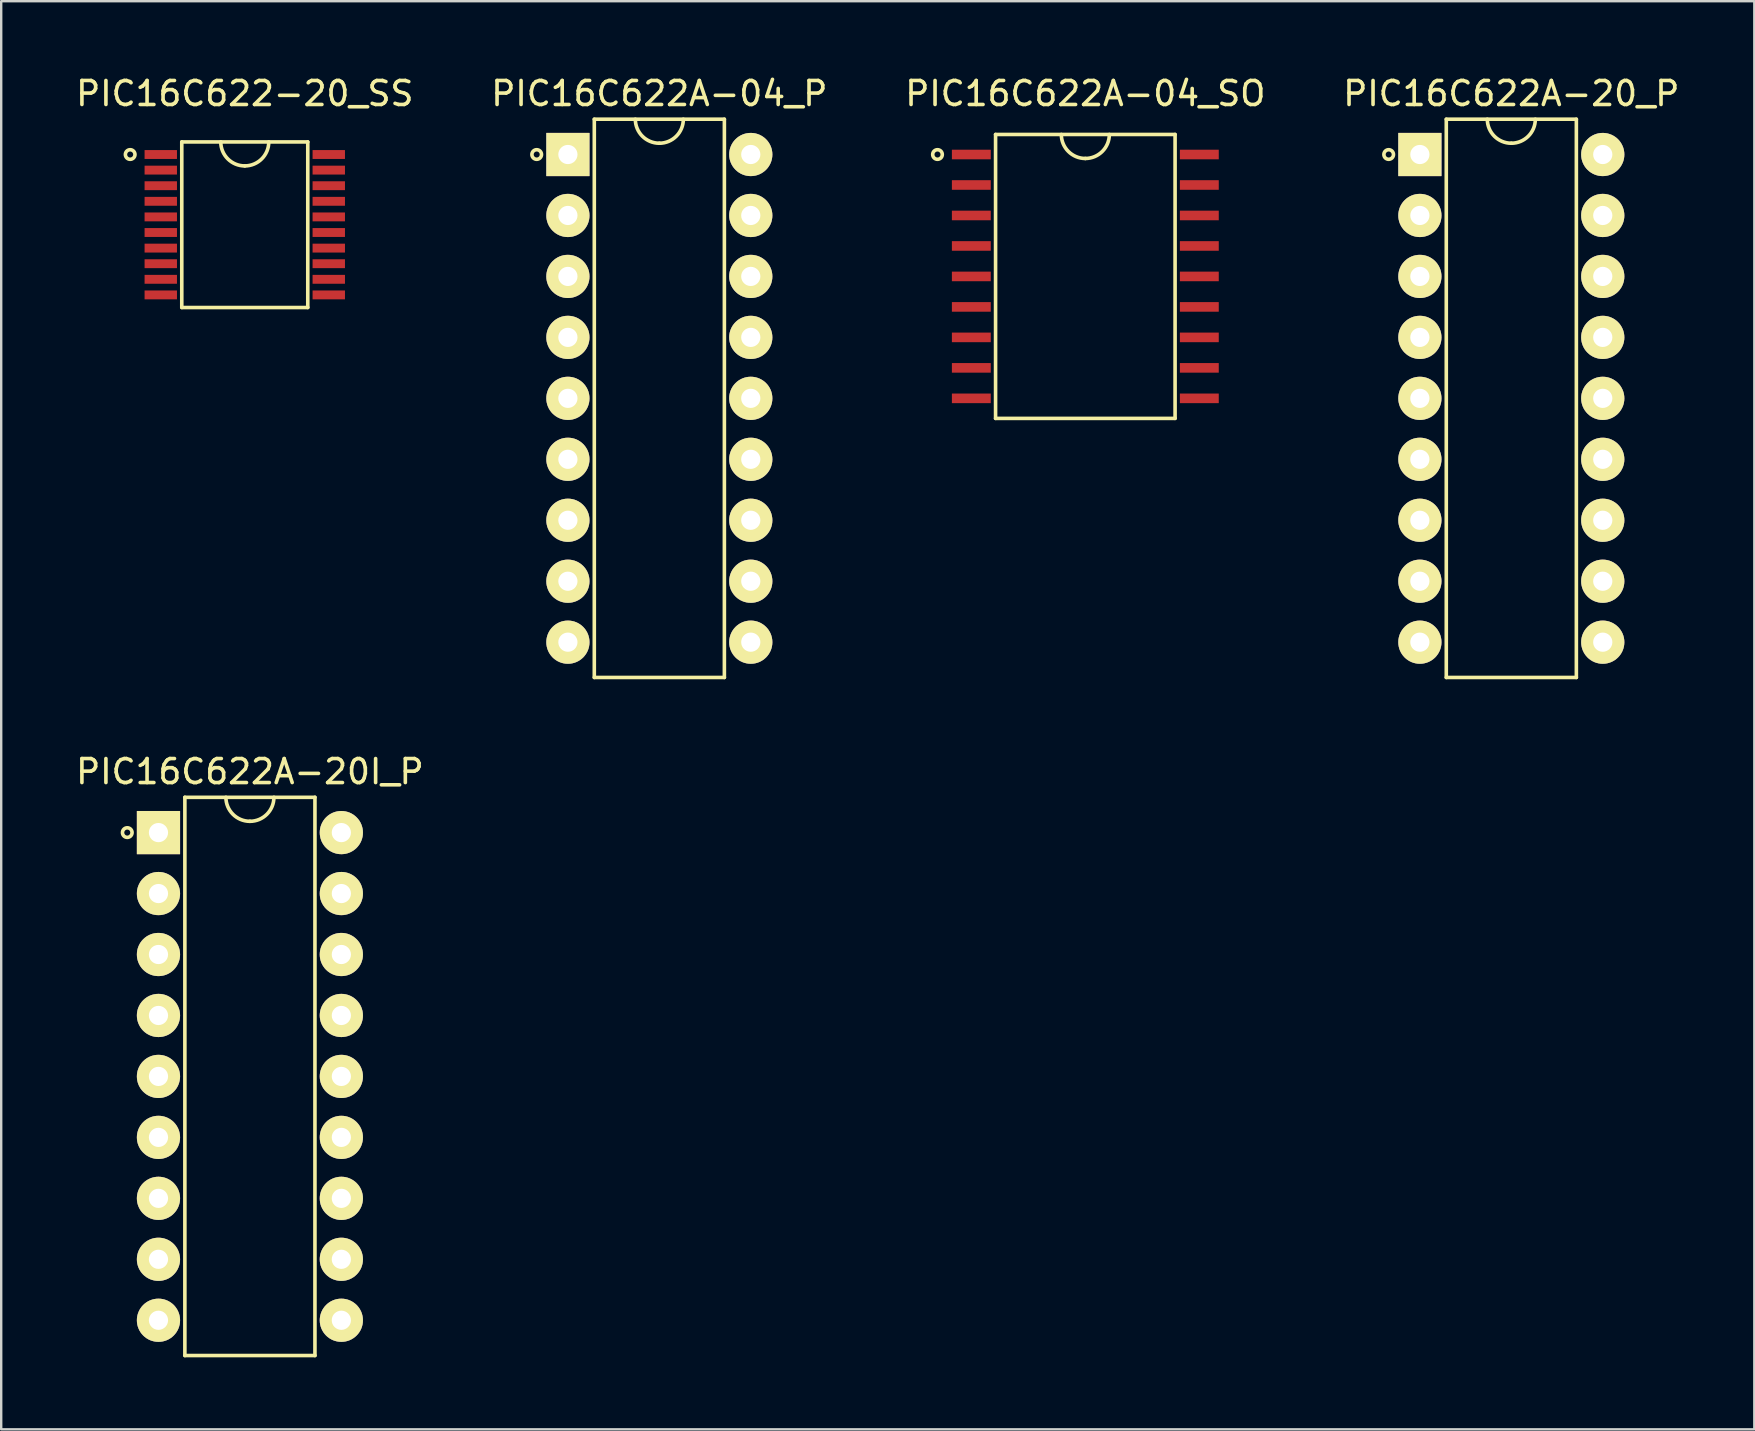
<source format=kicad_pcb>
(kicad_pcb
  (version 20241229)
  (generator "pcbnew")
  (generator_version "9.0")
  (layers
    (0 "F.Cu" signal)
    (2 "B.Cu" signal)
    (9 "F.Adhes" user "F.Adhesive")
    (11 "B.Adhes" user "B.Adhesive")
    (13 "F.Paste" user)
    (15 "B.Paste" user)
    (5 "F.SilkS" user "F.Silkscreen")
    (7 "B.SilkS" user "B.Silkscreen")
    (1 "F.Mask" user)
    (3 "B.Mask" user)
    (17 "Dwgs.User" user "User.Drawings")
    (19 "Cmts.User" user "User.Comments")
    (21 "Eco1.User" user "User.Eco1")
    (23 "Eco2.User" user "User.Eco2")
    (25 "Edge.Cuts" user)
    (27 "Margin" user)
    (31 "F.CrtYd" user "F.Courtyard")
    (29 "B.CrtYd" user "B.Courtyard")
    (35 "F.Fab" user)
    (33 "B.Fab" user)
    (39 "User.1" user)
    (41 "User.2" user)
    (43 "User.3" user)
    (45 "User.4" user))
  (footprint "PIC16C622A-04_SO"
    (layer "F.Cu")
    (at 37.423 3.388)
    (property "Reference" "PIC16C622A-04_SO" (at 4.75 -2.54 0) (layer "F.SilkS") (effects (font (size 1 1) (thickness 0.15))))
    (attr through_hole)
    (fp_line (start 1.01 -0.835) (end 8.49 -0.835) (stroke (width 0.15) (type solid)) (layer "F.SilkS"))
    (fp_line (start 1.01 10.995) (end 1.01 -0.835) (stroke (width 0.15) (type solid)) (layer "F.SilkS"))
    (fp_line (start 8.49 -0.835) (end 8.49 10.995) (stroke (width 0.15) (type solid)) (layer "F.SilkS"))
    (fp_line (start 8.49 10.995) (end 1.01 10.995) (stroke (width 0.15) (type solid)) (layer "F.SilkS"))
    (fp_arc (start 4.75 0.165) (mid 4.042893 -0.127893) (end 3.75 -0.835) (stroke (width 0.15) (type solid)) (layer "F.SilkS"))
    (fp_arc (start 5.75 -0.835) (mid 5.457107 -0.127893) (end 4.75 0.165) (stroke (width 0.15) (type solid)) (layer "F.SilkS"))
    (fp_circle (center -1.41 0) (end -1.41 0.2) (stroke (width 0.15) (type solid)) (fill no) (layer "F.SilkS"))
    (pad "1" smd rect (at 0 0) (size 1.62 0.4) (layers "F.Cu" "F.Mask" "F.Paste"))
    (pad "2" smd rect (at 0 1.27) (size 1.62 0.4) (layers "F.Cu" "F.Mask" "F.Paste"))
    (pad "3" smd rect (at 0 2.54) (size 1.62 0.4) (layers "F.Cu" "F.Mask" "F.Paste"))
    (pad "4" smd rect (at 0 3.81) (size 1.62 0.4) (layers "F.Cu" "F.Mask" "F.Paste"))
    (pad "5" smd rect (at 0 5.08) (size 1.62 0.4) (layers "F.Cu" "F.Mask" "F.Paste"))
    (pad "6" smd rect (at 0 6.35) (size 1.62 0.4) (layers "F.Cu" "F.Mask" "F.Paste"))
    (pad "7" smd rect (at 0 7.62) (size 1.62 0.4) (layers "F.Cu" "F.Mask" "F.Paste"))
    (pad "8" smd rect (at 0 8.89) (size 1.62 0.4) (layers "F.Cu" "F.Mask" "F.Paste"))
    (pad "9" smd rect (at 0 10.16) (size 1.62 0.4) (layers "F.Cu" "F.Mask" "F.Paste"))
    (pad "10" smd rect (at 9.5 10.16) (size 1.62 0.4) (layers "F.Cu" "F.Mask" "F.Paste"))
    (pad "11" smd rect (at 9.5 8.89) (size 1.62 0.4) (layers "F.Cu" "F.Mask" "F.Paste"))
    (pad "12" smd rect (at 9.5 7.62) (size 1.62 0.4) (layers "F.Cu" "F.Mask" "F.Paste"))
    (pad "13" smd rect (at 9.5 6.35) (size 1.62 0.4) (layers "F.Cu" "F.Mask" "F.Paste"))
    (pad "14" smd rect (at 9.5 5.08) (size 1.62 0.4) (layers "F.Cu" "F.Mask" "F.Paste"))
    (pad "15" smd rect (at 9.5 3.81) (size 1.62 0.4) (layers "F.Cu" "F.Mask" "F.Paste"))
    (pad "16" smd rect (at 9.5 2.54) (size 1.62 0.4) (layers "F.Cu" "F.Mask" "F.Paste"))
    (pad "17" smd rect (at 9.5 1.27) (size 1.62 0.4) (layers "F.Cu" "F.Mask" "F.Paste"))
    (pad "18" smd rect (at 9.5 0) (size 1.62 0.4) (layers "F.Cu" "F.Mask" "F.Paste")))
  (footprint "PIC16C622-20_SS"
    (layer "F.Cu")
    (at 3.649 3.388)
    (property "Reference" "PIC16C622-20_SS" (at 3.5 -2.54 0) (layer "F.SilkS") (effects (font (size 1 1) (thickness 0.15))))
    (attr through_hole)
    (fp_line (start 0.875 -0.525) (end 6.125 -0.525) (stroke (width 0.15) (type solid)) (layer "F.SilkS"))
    (fp_line (start 0.875 6.375) (end 0.875 -0.525) (stroke (width 0.15) (type solid)) (layer "F.SilkS"))
    (fp_line (start 6.125 -0.525) (end 6.125 6.375) (stroke (width 0.15) (type solid)) (layer "F.SilkS"))
    (fp_line (start 6.125 6.375) (end 0.875 6.375) (stroke (width 0.15) (type solid)) (layer "F.SilkS"))
    (fp_arc (start 3.5 0.475) (mid 2.792893 0.182107) (end 2.5 -0.525) (stroke (width 0.15) (type solid)) (layer "F.SilkS"))
    (fp_arc (start 4.5 -0.525) (mid 4.207107 0.182107) (end 3.5 0.475) (stroke (width 0.15) (type solid)) (layer "F.SilkS"))
    (fp_circle (center -1.275 0) (end -1.275 0.2) (stroke (width 0.15) (type solid)) (fill no) (layer "F.SilkS"))
    (pad "1" smd rect (at 0 0) (size 1.35 0.37) (layers "F.Cu" "F.Mask" "F.Paste"))
    (pad "2" smd rect (at 0 0.65) (size 1.35 0.37) (layers "F.Cu" "F.Mask" "F.Paste"))
    (pad "3" smd rect (at 0 1.3) (size 1.35 0.37) (layers "F.Cu" "F.Mask" "F.Paste"))
    (pad "4" smd rect (at 0 1.95) (size 1.35 0.37) (layers "F.Cu" "F.Mask" "F.Paste"))
    (pad "5" smd rect (at 0 2.6) (size 1.35 0.37) (layers "F.Cu" "F.Mask" "F.Paste"))
    (pad "6" smd rect (at 0 3.25) (size 1.35 0.37) (layers "F.Cu" "F.Mask" "F.Paste"))
    (pad "7" smd rect (at 0 3.9) (size 1.35 0.37) (layers "F.Cu" "F.Mask" "F.Paste"))
    (pad "8" smd rect (at 0 4.55) (size 1.35 0.37) (layers "F.Cu" "F.Mask" "F.Paste"))
    (pad "9" smd rect (at 0 5.2) (size 1.35 0.37) (layers "F.Cu" "F.Mask" "F.Paste"))
    (pad "10" smd rect (at 0 5.85) (size 1.35 0.37) (layers "F.Cu" "F.Mask" "F.Paste"))
    (pad "11" smd rect (at 7 5.85) (size 1.35 0.37) (layers "F.Cu" "F.Mask" "F.Paste"))
    (pad "12" smd rect (at 7 5.2) (size 1.35 0.37) (layers "F.Cu" "F.Mask" "F.Paste"))
    (pad "13" smd rect (at 7 4.55) (size 1.35 0.37) (layers "F.Cu" "F.Mask" "F.Paste"))
    (pad "14" smd rect (at 7 3.9) (size 1.35 0.37) (layers "F.Cu" "F.Mask" "F.Paste"))
    (pad "15" smd rect (at 7 3.25) (size 1.35 0.37) (layers "F.Cu" "F.Mask" "F.Paste"))
    (pad "16" smd rect (at 7 2.6) (size 1.35 0.37) (layers "F.Cu" "F.Mask" "F.Paste"))
    (pad "17" smd rect (at 7 1.95) (size 1.35 0.37) (layers "F.Cu" "F.Mask" "F.Paste"))
    (pad "18" smd rect (at 7 1.3) (size 1.35 0.37) (layers "F.Cu" "F.Mask" "F.Paste"))
    (pad "19" smd rect (at 7 0.65) (size 1.35 0.37) (layers "F.Cu" "F.Mask" "F.Paste"))
    (pad "20" smd rect (at 7 0) (size 1.35 0.37) (layers "F.Cu" "F.Mask" "F.Paste")))
  (footprint "PIC16C622A-20_P"
    (layer "F.Cu")
    (at 56.113 3.388)
    (property "Reference" "PIC16C622A-20_P" (at 3.81 -2.54 0) (layer "F.SilkS") (effects (font (size 1 1) (thickness 0.15))))
    (attr through_hole)
    (fp_line (start 1.1 -1.47) (end 6.52 -1.47) (stroke (width 0.15) (type solid)) (layer "F.SilkS"))
    (fp_line (start 1.1 21.79) (end 1.1 -1.47) (stroke (width 0.15) (type solid)) (layer "F.SilkS"))
    (fp_line (start 6.52 -1.47) (end 6.52 21.79) (stroke (width 0.15) (type solid)) (layer "F.SilkS"))
    (fp_line (start 6.52 21.79) (end 1.1 21.79) (stroke (width 0.15) (type solid)) (layer "F.SilkS"))
    (fp_arc (start 3.81 -0.47) (mid 3.102893 -0.762893) (end 2.81 -1.47) (stroke (width 0.15) (type solid)) (layer "F.SilkS"))
    (fp_arc (start 4.81 -1.47) (mid 4.517107 -0.762893) (end 3.81 -0.47) (stroke (width 0.15) (type solid)) (layer "F.SilkS"))
    (fp_circle (center -1.3 0) (end -1.3 0.2) (stroke (width 0.15) (type solid)) (fill no) (layer "F.SilkS"))
    (pad "1" thru_hole rect (at 0 0) (size 1.8 1.8) (drill 0.8) (layers "*.Cu" "*.Mask" "F.SilkS"))
    (pad "2" thru_hole circle (at 0 2.54) (size 1.8 1.8) (drill 0.8) (layers "*.Cu" "*.Mask" "F.SilkS"))
    (pad "3" thru_hole circle (at 0 5.08) (size 1.8 1.8) (drill 0.8) (layers "*.Cu" "*.Mask" "F.SilkS"))
    (pad "4" thru_hole circle (at 0 7.62) (size 1.8 1.8) (drill 0.8) (layers "*.Cu" "*.Mask" "F.SilkS"))
    (pad "5" thru_hole circle (at 0 10.16) (size 1.8 1.8) (drill 0.8) (layers "*.Cu" "*.Mask" "F.SilkS"))
    (pad "6" thru_hole circle (at 0 12.7) (size 1.8 1.8) (drill 0.8) (layers "*.Cu" "*.Mask" "F.SilkS"))
    (pad "7" thru_hole circle (at 0 15.24) (size 1.8 1.8) (drill 0.8) (layers "*.Cu" "*.Mask" "F.SilkS"))
    (pad "8" thru_hole circle (at 0 17.78) (size 1.8 1.8) (drill 0.8) (layers "*.Cu" "*.Mask" "F.SilkS"))
    (pad "9" thru_hole circle (at 0 20.32) (size 1.8 1.8) (drill 0.8) (layers "*.Cu" "*.Mask" "F.SilkS"))
    (pad "10" thru_hole circle (at 7.62 20.32) (size 1.8 1.8) (drill 0.8) (layers "*.Cu" "*.Mask" "F.SilkS"))
    (pad "11" thru_hole circle (at 7.62 17.78) (size 1.8 1.8) (drill 0.8) (layers "*.Cu" "*.Mask" "F.SilkS"))
    (pad "12" thru_hole circle (at 7.62 15.24) (size 1.8 1.8) (drill 0.8) (layers "*.Cu" "*.Mask" "F.SilkS"))
    (pad "13" thru_hole circle (at 7.62 12.7) (size 1.8 1.8) (drill 0.8) (layers "*.Cu" "*.Mask" "F.SilkS"))
    (pad "14" thru_hole circle (at 7.62 10.16) (size 1.8 1.8) (drill 0.8) (layers "*.Cu" "*.Mask" "F.SilkS"))
    (pad "15" thru_hole circle (at 7.62 7.62) (size 1.8 1.8) (drill 0.8) (layers "*.Cu" "*.Mask" "F.SilkS"))
    (pad "16" thru_hole circle (at 7.62 5.08) (size 1.8 1.8) (drill 0.8) (layers "*.Cu" "*.Mask" "F.SilkS"))
    (pad "17" thru_hole circle (at 7.62 2.54) (size 1.8 1.8) (drill 0.8) (layers "*.Cu" "*.Mask" "F.SilkS"))
    (pad "18" thru_hole circle (at 7.62 0) (size 1.8 1.8) (drill 0.8) (layers "*.Cu" "*.Mask" "F.SilkS")))
  (footprint "PIC16C622A-20I_P"
    (layer "F.Cu")
    (at 3.553 31.642)
    (property "Reference" "PIC16C622A-20I_P" (at 3.81 -2.54 0) (layer "F.SilkS") (effects (font (size 1 1) (thickness 0.15))))
    (attr through_hole)
    (fp_line (start 1.1 -1.47) (end 6.52 -1.47) (stroke (width 0.15) (type solid)) (layer "F.SilkS"))
    (fp_line (start 1.1 21.79) (end 1.1 -1.47) (stroke (width 0.15) (type solid)) (layer "F.SilkS"))
    (fp_line (start 6.52 -1.47) (end 6.52 21.79) (stroke (width 0.15) (type solid)) (layer "F.SilkS"))
    (fp_line (start 6.52 21.79) (end 1.1 21.79) (stroke (width 0.15) (type solid)) (layer "F.SilkS"))
    (fp_arc (start 3.81 -0.47) (mid 3.102893 -0.762893) (end 2.81 -1.47) (stroke (width 0.15) (type solid)) (layer "F.SilkS"))
    (fp_arc (start 4.81 -1.47) (mid 4.517107 -0.762893) (end 3.81 -0.47) (stroke (width 0.15) (type solid)) (layer "F.SilkS"))
    (fp_circle (center -1.3 0) (end -1.3 0.2) (stroke (width 0.15) (type solid)) (fill no) (layer "F.SilkS"))
    (pad "1" thru_hole rect (at 0 0) (size 1.8 1.8) (drill 0.8) (layers "*.Cu" "*.Mask" "F.SilkS"))
    (pad "2" thru_hole circle (at 0 2.54) (size 1.8 1.8) (drill 0.8) (layers "*.Cu" "*.Mask" "F.SilkS"))
    (pad "3" thru_hole circle (at 0 5.08) (size 1.8 1.8) (drill 0.8) (layers "*.Cu" "*.Mask" "F.SilkS"))
    (pad "4" thru_hole circle (at 0 7.62) (size 1.8 1.8) (drill 0.8) (layers "*.Cu" "*.Mask" "F.SilkS"))
    (pad "5" thru_hole circle (at 0 10.16) (size 1.8 1.8) (drill 0.8) (layers "*.Cu" "*.Mask" "F.SilkS"))
    (pad "6" thru_hole circle (at 0 12.7) (size 1.8 1.8) (drill 0.8) (layers "*.Cu" "*.Mask" "F.SilkS"))
    (pad "7" thru_hole circle (at 0 15.24) (size 1.8 1.8) (drill 0.8) (layers "*.Cu" "*.Mask" "F.SilkS"))
    (pad "8" thru_hole circle (at 0 17.78) (size 1.8 1.8) (drill 0.8) (layers "*.Cu" "*.Mask" "F.SilkS"))
    (pad "9" thru_hole circle (at 0 20.32) (size 1.8 1.8) (drill 0.8) (layers "*.Cu" "*.Mask" "F.SilkS"))
    (pad "10" thru_hole circle (at 7.62 20.32) (size 1.8 1.8) (drill 0.8) (layers "*.Cu" "*.Mask" "F.SilkS"))
    (pad "11" thru_hole circle (at 7.62 17.78) (size 1.8 1.8) (drill 0.8) (layers "*.Cu" "*.Mask" "F.SilkS"))
    (pad "12" thru_hole circle (at 7.62 15.24) (size 1.8 1.8) (drill 0.8) (layers "*.Cu" "*.Mask" "F.SilkS"))
    (pad "13" thru_hole circle (at 7.62 12.7) (size 1.8 1.8) (drill 0.8) (layers "*.Cu" "*.Mask" "F.SilkS"))
    (pad "14" thru_hole circle (at 7.62 10.16) (size 1.8 1.8) (drill 0.8) (layers "*.Cu" "*.Mask" "F.SilkS"))
    (pad "15" thru_hole circle (at 7.62 7.62) (size 1.8 1.8) (drill 0.8) (layers "*.Cu" "*.Mask" "F.SilkS"))
    (pad "16" thru_hole circle (at 7.62 5.08) (size 1.8 1.8) (drill 0.8) (layers "*.Cu" "*.Mask" "F.SilkS"))
    (pad "17" thru_hole circle (at 7.62 2.54) (size 1.8 1.8) (drill 0.8) (layers "*.Cu" "*.Mask" "F.SilkS"))
    (pad "18" thru_hole circle (at 7.62 0) (size 1.8 1.8) (drill 0.8) (layers "*.Cu" "*.Mask" "F.SilkS")))
  (footprint "PIC16C622A-04_P"
    (layer "F.Cu")
    (at 20.613 3.388)
    (property "Reference" "PIC16C622A-04_P" (at 3.81 -2.54 0) (layer "F.SilkS") (effects (font (size 1 1) (thickness 0.15))))
    (attr through_hole)
    (fp_line (start 1.1 -1.47) (end 6.52 -1.47) (stroke (width 0.15) (type solid)) (layer "F.SilkS"))
    (fp_line (start 1.1 21.79) (end 1.1 -1.47) (stroke (width 0.15) (type solid)) (layer "F.SilkS"))
    (fp_line (start 6.52 -1.47) (end 6.52 21.79) (stroke (width 0.15) (type solid)) (layer "F.SilkS"))
    (fp_line (start 6.52 21.79) (end 1.1 21.79) (stroke (width 0.15) (type solid)) (layer "F.SilkS"))
    (fp_arc (start 3.81 -0.47) (mid 3.102893 -0.762893) (end 2.81 -1.47) (stroke (width 0.15) (type solid)) (layer "F.SilkS"))
    (fp_arc (start 4.81 -1.47) (mid 4.517107 -0.762893) (end 3.81 -0.47) (stroke (width 0.15) (type solid)) (layer "F.SilkS"))
    (fp_circle (center -1.3 0) (end -1.3 0.2) (stroke (width 0.15) (type solid)) (fill no) (layer "F.SilkS"))
    (pad "1" thru_hole rect (at 0 0) (size 1.8 1.8) (drill 0.8) (layers "*.Cu" "*.Mask" "F.SilkS"))
    (pad "2" thru_hole circle (at 0 2.54) (size 1.8 1.8) (drill 0.8) (layers "*.Cu" "*.Mask" "F.SilkS"))
    (pad "3" thru_hole circle (at 0 5.08) (size 1.8 1.8) (drill 0.8) (layers "*.Cu" "*.Mask" "F.SilkS"))
    (pad "4" thru_hole circle (at 0 7.62) (size 1.8 1.8) (drill 0.8) (layers "*.Cu" "*.Mask" "F.SilkS"))
    (pad "5" thru_hole circle (at 0 10.16) (size 1.8 1.8) (drill 0.8) (layers "*.Cu" "*.Mask" "F.SilkS"))
    (pad "6" thru_hole circle (at 0 12.7) (size 1.8 1.8) (drill 0.8) (layers "*.Cu" "*.Mask" "F.SilkS"))
    (pad "7" thru_hole circle (at 0 15.24) (size 1.8 1.8) (drill 0.8) (layers "*.Cu" "*.Mask" "F.SilkS"))
    (pad "8" thru_hole circle (at 0 17.78) (size 1.8 1.8) (drill 0.8) (layers "*.Cu" "*.Mask" "F.SilkS"))
    (pad "9" thru_hole circle (at 0 20.32) (size 1.8 1.8) (drill 0.8) (layers "*.Cu" "*.Mask" "F.SilkS"))
    (pad "10" thru_hole circle (at 7.62 20.32) (size 1.8 1.8) (drill 0.8) (layers "*.Cu" "*.Mask" "F.SilkS"))
    (pad "11" thru_hole circle (at 7.62 17.78) (size 1.8 1.8) (drill 0.8) (layers "*.Cu" "*.Mask" "F.SilkS"))
    (pad "12" thru_hole circle (at 7.62 15.24) (size 1.8 1.8) (drill 0.8) (layers "*.Cu" "*.Mask" "F.SilkS"))
    (pad "13" thru_hole circle (at 7.62 12.7) (size 1.8 1.8) (drill 0.8) (layers "*.Cu" "*.Mask" "F.SilkS"))
    (pad "14" thru_hole circle (at 7.62 10.16) (size 1.8 1.8) (drill 0.8) (layers "*.Cu" "*.Mask" "F.SilkS"))
    (pad "15" thru_hole circle (at 7.62 7.62) (size 1.8 1.8) (drill 0.8) (layers "*.Cu" "*.Mask" "F.SilkS"))
    (pad "16" thru_hole circle (at 7.62 5.08) (size 1.8 1.8) (drill 0.8) (layers "*.Cu" "*.Mask" "F.SilkS"))
    (pad "17" thru_hole circle (at 7.62 2.54) (size 1.8 1.8) (drill 0.8) (layers "*.Cu" "*.Mask" "F.SilkS"))
    (pad "18" thru_hole circle (at 7.62 0) (size 1.8 1.8) (drill 0.8) (layers "*.Cu" "*.Mask" "F.SilkS")))
  (gr_rect
    (start -3 -3)
    (end 70.048 56.507)
    (stroke (width 0.1) (type default))
    (fill no)
    (layer "Edge.Cuts")))
</source>
